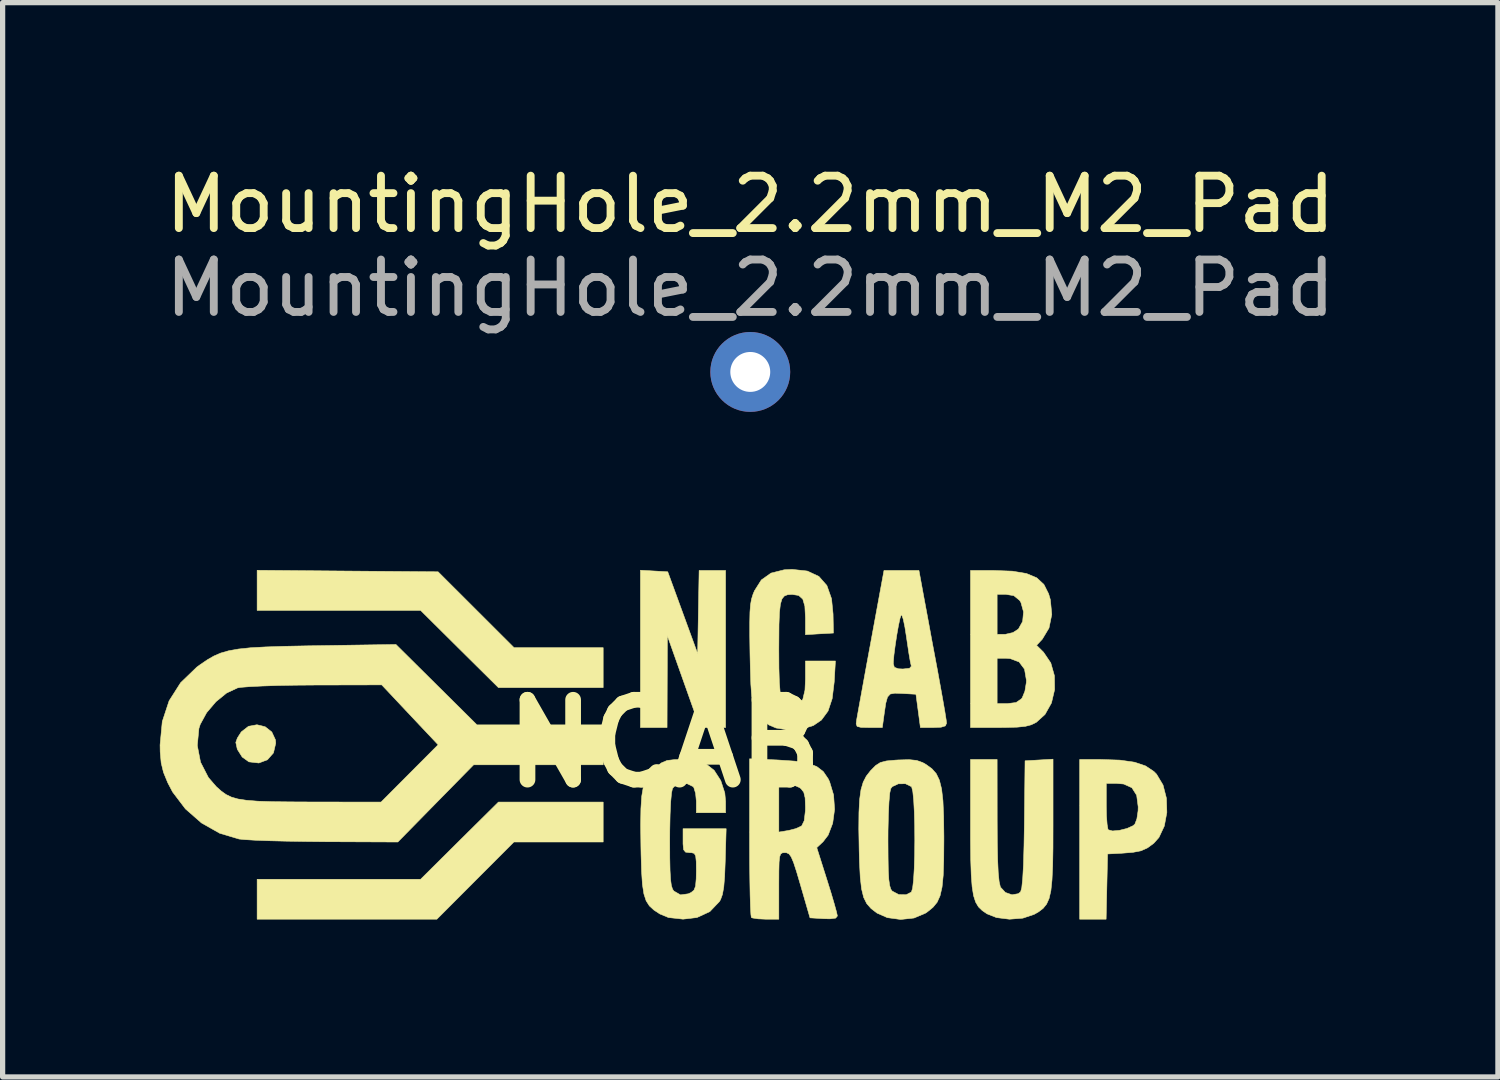
<source format=kicad_pcb>
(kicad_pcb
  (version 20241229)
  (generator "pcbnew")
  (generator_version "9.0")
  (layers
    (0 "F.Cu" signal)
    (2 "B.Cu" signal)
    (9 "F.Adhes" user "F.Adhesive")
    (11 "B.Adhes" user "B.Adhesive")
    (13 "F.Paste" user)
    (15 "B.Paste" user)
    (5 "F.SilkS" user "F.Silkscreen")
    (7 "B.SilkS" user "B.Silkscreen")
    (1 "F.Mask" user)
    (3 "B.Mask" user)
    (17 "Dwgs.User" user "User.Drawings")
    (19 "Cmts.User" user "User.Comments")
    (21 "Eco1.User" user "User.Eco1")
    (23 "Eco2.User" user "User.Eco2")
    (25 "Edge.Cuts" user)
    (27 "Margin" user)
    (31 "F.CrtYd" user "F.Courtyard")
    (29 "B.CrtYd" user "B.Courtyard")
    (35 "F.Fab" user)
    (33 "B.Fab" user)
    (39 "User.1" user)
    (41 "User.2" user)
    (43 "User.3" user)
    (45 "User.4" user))
  (footprint "MountingHole_2.2mm_M2_Pad"
    (layer "F.Cu")
    (at 11.268 4.048)
    (property "Reference" "MountingHole_2.2mm_M2_Pad" (at 0 -3.2 0) (layer "F.SilkS") (effects (font (size 1 1) (thickness 0.15))))
    (attr exclude_from_pos_files)
    (fp_text user "${REFERENCE}" (at 0 -1.6 0) (layer "F.Fab") (effects (font (size 1 1) (thickness 0.15))))
    (pad "1" thru_hole circle (at 0 0) (size 1.524 1.524) (drill 0.762) (layers "*.Cu" "*.Mask")))
  (footprint "NCAB"
    (layer "F.Cu")
    (at 9.629 11.139)
    (property "Reference" "NCAB" (at 0 0 0) (layer "F.SilkS") (effects (font (size 1.524 1.524) (thickness 0.3))))
    (attr through_hole)
    (fp_poly (pts (xy -6.046 -3.291) (xy -4.319 -3.277) (xy -2.869 -1.829) (xy -1.168 -1.829) (xy -1.168 -1.067) (xy -3.167 -1.067) (xy -3.91 -1.803) (xy -4.652 -2.54) (xy -7.772 -2.54) (xy -7.772 -3.306) (xy -6.046 -3.291)) (stroke (width 0.01) (type solid)) (fill yes) (layer "F.SilkS"))
    (fp_poly (pts (xy -1.168 1.88) (xy -2.872 1.88) (xy -3.607 2.616) (xy -4.342 3.353) (xy -7.772 3.353) (xy -7.772 2.591) (xy -4.652 2.591) (xy -3.91 1.854) (xy -3.167 1.118) (xy -1.168 1.118) (xy -1.168 1.88)) (stroke (width 0.01) (type solid)) (fill yes) (layer "F.SilkS"))
    (fp_poly (pts (xy 0.064 -3.277) (xy 0.635 -1.715) (xy 0.649 -2.508) (xy 0.663 -3.302) (xy 1.168 -3.302) (xy 1.168 -0.305) (xy 0.679 -0.305) (xy 0.057 -2.057) (xy 0.051 -0.305) (xy -0.457 -0.305) (xy -0.457 -3.307) (xy 0.064 -3.277)) (stroke (width 0.01) (type solid)) (fill yes) (layer "F.SilkS"))
    (fp_poly (pts (xy -7.618 -0.319) (xy -7.492 -0.22) (xy -7.422 -0.069) (xy -7.417 -0.006) (xy -7.46 0.179) (xy -7.575 0.31) (xy -7.739 0.372) (xy -7.929 0.35) (xy -7.93 0.349) (xy -8.057 0.258) (xy -8.15 0.111) (xy -8.179 -0.021) (xy -8.149 -0.105) (xy -8.078 -0.216) (xy -8.074 -0.222) (xy -7.936 -0.329) (xy -7.775 -0.358) (xy -7.618 -0.319)) (stroke (width 0.01) (type solid)) (fill yes) (layer "F.SilkS"))
    (fp_poly (pts (xy 8.693 0.317) (xy 8.973 0.357) (xy 9.185 0.429) (xy 9.344 0.536) (xy 9.393 0.586) (xy 9.516 0.792) (xy 9.581 1.045) (xy 9.589 1.315) (xy 9.541 1.574) (xy 9.438 1.793) (xy 9.34 1.903) (xy 9.221 1.991) (xy 9.099 2.046) (xy 8.942 2.077) (xy 8.716 2.095) (xy 8.712 2.095) (xy 8.458 2.108) (xy 8.43 3.353) (xy 7.925 3.353) (xy 7.925 0.762) (xy 8.433 0.762) (xy 8.433 1.185) (xy 8.437 1.384) (xy 8.449 1.543) (xy 8.465 1.636) (xy 8.471 1.647) (xy 8.552 1.669) (xy 8.685 1.657) (xy 8.829 1.621) (xy 8.944 1.569) (xy 8.979 1.538) (xy 9.017 1.438) (xy 9.04 1.284) (xy 9.042 1.209) (xy 9.013 0.988) (xy 8.922 0.844) (xy 8.764 0.773) (xy 8.636 0.762) (xy 8.433 0.762) (xy 7.925 0.762) (xy 7.925 0.305) (xy 8.329 0.305) (xy 8.693 0.317)) (stroke (width 0.01) (type solid)) (fill yes) (layer "F.SilkS"))
    (fp_poly (pts (xy 7.417 1.56) (xy 7.416 1.994) (xy 7.41 2.338) (xy 7.397 2.605) (xy 7.376 2.808) (xy 7.342 2.957) (xy 7.293 3.066) (xy 7.227 3.147) (xy 7.142 3.212) (xy 7.058 3.26) (xy 6.841 3.333) (xy 6.586 3.353) (xy 6.338 3.322) (xy 6.156 3.25) (xy 6.066 3.188) (xy 5.994 3.118) (xy 5.94 3.027) (xy 5.9 2.903) (xy 5.873 2.734) (xy 5.856 2.508) (xy 5.846 2.212) (xy 5.842 1.834) (xy 5.842 1.551) (xy 5.842 0.305) (xy 6.35 0.305) (xy 6.351 1.46) (xy 6.353 1.886) (xy 6.36 2.218) (xy 6.371 2.464) (xy 6.388 2.632) (xy 6.41 2.73) (xy 6.415 2.743) (xy 6.508 2.843) (xy 6.634 2.887) (xy 6.754 2.866) (xy 6.798 2.831) (xy 6.82 2.754) (xy 6.838 2.583) (xy 6.853 2.314) (xy 6.863 1.947) (xy 6.87 1.545) (xy 6.883 0.33) (xy 7.417 0.299) (xy 7.417 1.56)) (stroke (width 0.01) (type solid)) (fill yes) (layer "F.SilkS"))
    (fp_poly (pts (xy 6.641 -3.289) (xy 6.91 -3.244) (xy 7.106 -3.162) (xy 7.243 -3.035) (xy 7.333 -2.856) (xy 7.366 -2.744) (xy 7.393 -2.462) (xy 7.34 -2.204) (xy 7.214 -1.994) (xy 7.21 -1.989) (xy 7.103 -1.874) (xy 7.235 -1.743) (xy 7.374 -1.538) (xy 7.444 -1.292) (xy 7.447 -1.028) (xy 7.387 -0.774) (xy 7.264 -0.555) (xy 7.097 -0.404) (xy 7.003 -0.358) (xy 6.89 -0.328) (xy 6.733 -0.312) (xy 6.507 -0.306) (xy 6.388 -0.305) (xy 5.842 -0.305) (xy 5.842 -1.626) (xy 6.35 -1.626) (xy 6.35 -0.762) (xy 6.55 -0.762) (xy 6.711 -0.782) (xy 6.812 -0.851) (xy 6.83 -0.875) (xy 6.88 -0.998) (xy 6.907 -1.162) (xy 6.909 -1.205) (xy 6.873 -1.418) (xy 6.769 -1.557) (xy 6.597 -1.621) (xy 6.528 -1.626) (xy 6.35 -1.626) (xy 5.842 -1.626) (xy 5.842 -2.845) (xy 6.35 -2.845) (xy 6.35 -2.083) (xy 6.502 -2.083) (xy 6.652 -2.117) (xy 6.756 -2.184) (xy 6.837 -2.33) (xy 6.854 -2.512) (xy 6.805 -2.689) (xy 6.779 -2.732) (xy 6.668 -2.822) (xy 6.525 -2.845) (xy 6.35 -2.845) (xy 5.842 -2.845) (xy 5.842 -3.302) (xy 6.287 -3.302) (xy 6.641 -3.289)) (stroke (width 0.01) (type solid)) (fill yes) (layer "F.SilkS"))
    (fp_poly (pts (xy 4.949 -2.807) (xy 4.99 -2.587) (xy 5.044 -2.297) (xy 5.105 -1.964) (xy 5.17 -1.619) (xy 5.213 -1.39) (xy 5.267 -1.092) (xy 5.315 -0.825) (xy 5.353 -0.607) (xy 5.377 -0.455) (xy 5.385 -0.387) (xy 5.362 -0.336) (xy 5.28 -0.311) (xy 5.135 -0.305) (xy 4.886 -0.305) (xy 4.801 -0.94) (xy 4.538 -0.955) (xy 4.398 -0.96) (xy 4.31 -0.944) (xy 4.258 -0.887) (xy 4.225 -0.77) (xy 4.196 -0.574) (xy 4.192 -0.546) (xy 4.159 -0.305) (xy 3.903 -0.305) (xy 3.752 -0.308) (xy 3.679 -0.326) (xy 3.66 -0.374) (xy 3.668 -0.445) (xy 3.683 -0.53) (xy 3.714 -0.702) (xy 3.758 -0.944) (xy 3.812 -1.242) (xy 3.863 -1.522) (xy 4.369 -1.522) (xy 4.389 -1.454) (xy 4.467 -1.426) (xy 4.552 -1.422) (xy 4.678 -1.435) (xy 4.714 -1.476) (xy 4.71 -1.487) (xy 4.693 -1.563) (xy 4.667 -1.714) (xy 4.637 -1.914) (xy 4.621 -2.023) (xy 4.59 -2.221) (xy 4.559 -2.37) (xy 4.532 -2.448) (xy 4.52 -2.454) (xy 4.497 -2.389) (xy 4.467 -2.251) (xy 4.435 -2.07) (xy 4.405 -1.873) (xy 4.381 -1.691) (xy 4.369 -1.55) (xy 4.369 -1.522) (xy 3.863 -1.522) (xy 3.874 -1.581) (xy 3.941 -1.943) (xy 4.191 -3.302) (xy 4.525 -3.302) (xy 4.858 -3.302) (xy 4.949 -2.807)) (stroke (width 0.01) (type solid)) (fill yes) (layer "F.SilkS"))
    (fp_poly (pts (xy 2.729 -3.291) (xy 2.948 -3.189) (xy 3.101 -3.015) (xy 3.19 -2.763) (xy 3.219 -2.471) (xy 3.226 -2.108) (xy 2.959 -2.093) (xy 2.692 -2.077) (xy 2.692 -2.4) (xy 2.681 -2.62) (xy 2.641 -2.756) (xy 2.562 -2.826) (xy 2.438 -2.845) (xy 2.353 -2.84) (xy 2.289 -2.815) (xy 2.244 -2.759) (xy 2.214 -2.659) (xy 2.196 -2.5) (xy 2.187 -2.272) (xy 2.185 -1.96) (xy 2.184 -1.797) (xy 2.186 -1.437) (xy 2.194 -1.166) (xy 2.21 -0.971) (xy 2.238 -0.841) (xy 2.28 -0.763) (xy 2.339 -0.724) (xy 2.419 -0.711) (xy 2.438 -0.711) (xy 2.561 -0.742) (xy 2.641 -0.841) (xy 2.683 -1.018) (xy 2.692 -1.223) (xy 2.692 -1.575) (xy 3.264 -1.575) (xy 3.241 -1.175) (xy 3.202 -0.856) (xy 3.123 -0.619) (xy 2.997 -0.448) (xy 2.843 -0.343) (xy 2.62 -0.273) (xy 2.368 -0.257) (xy 2.13 -0.296) (xy 1.997 -0.353) (xy 1.885 -0.427) (xy 1.801 -0.503) (xy 1.739 -0.596) (xy 1.696 -0.722) (xy 1.667 -0.895) (xy 1.65 -1.13) (xy 1.64 -1.441) (xy 1.634 -1.709) (xy 1.629 -2.054) (xy 1.629 -2.314) (xy 1.633 -2.507) (xy 1.644 -2.649) (xy 1.663 -2.756) (xy 1.691 -2.846) (xy 1.719 -2.914) (xy 1.85 -3.121) (xy 2.035 -3.252) (xy 2.285 -3.315) (xy 2.438 -3.323) (xy 2.729 -3.291)) (stroke (width 0.01) (type solid)) (fill yes) (layer "F.SilkS"))
    (fp_poly (pts (xy 2.172 0.315) (xy 2.495 0.337) (xy 2.735 0.376) (xy 2.908 0.44) (xy 3.033 0.536) (xy 3.125 0.671) (xy 3.152 0.727) (xy 3.229 0.982) (xy 3.248 1.257) (xy 3.212 1.522) (xy 3.125 1.749) (xy 3.029 1.874) (xy 2.908 1.987) (xy 3.104 2.606) (xy 3.179 2.846) (xy 3.24 3.053) (xy 3.283 3.208) (xy 3.301 3.288) (xy 3.301 3.292) (xy 3.269 3.332) (xy 3.16 3.346) (xy 3.04 3.343) (xy 2.779 3.327) (xy 2.599 2.705) (xy 2.523 2.447) (xy 2.466 2.272) (xy 2.42 2.164) (xy 2.378 2.107) (xy 2.332 2.085) (xy 2.302 2.083) (xy 2.253 2.086) (xy 2.22 2.107) (xy 2.2 2.161) (xy 2.189 2.266) (xy 2.185 2.439) (xy 2.184 2.695) (xy 2.184 3.353) (xy 1.939 3.353) (xy 1.788 3.346) (xy 1.684 3.33) (xy 1.659 3.319) (xy 1.651 3.261) (xy 1.643 3.115) (xy 1.636 2.893) (xy 1.631 2.608) (xy 1.627 2.274) (xy 1.626 1.902) (xy 1.626 1.788) (xy 1.626 0.762) (xy 2.184 0.762) (xy 2.184 1.69) (xy 2.367 1.66) (xy 2.509 1.624) (xy 2.614 1.576) (xy 2.621 1.571) (xy 2.669 1.472) (xy 2.691 1.283) (xy 2.692 1.216) (xy 2.686 1.038) (xy 2.66 0.93) (xy 2.606 0.861) (xy 2.579 0.841) (xy 2.44 0.78) (xy 2.325 0.762) (xy 2.184 0.762) (xy 1.626 0.762) (xy 1.626 0.292) (xy 2.172 0.315)) (stroke (width 0.01) (type solid)) (fill yes) (layer "F.SilkS"))
    (fp_poly (pts (xy -3.577 -0.356) (xy -1.168 -0.356) (xy -1.168 0.406) (xy -3.64 0.406) (xy -4.364 1.143) (xy -5.087 1.88) (xy -6.468 1.874) (xy -6.848 1.87) (xy -7.209 1.864) (xy -7.533 1.856) (xy -7.805 1.846) (xy -8.007 1.834) (xy -8.117 1.823) (xy -8.486 1.713) (xy -8.834 1.516) (xy -9.14 1.248) (xy -9.385 0.925) (xy -9.478 0.748) (xy -9.559 0.55) (xy -9.603 0.37) (xy -9.622 0.16) (xy -9.624 0.038) (xy -8.914 0.038) (xy -8.852 0.357) (xy -8.702 0.649) (xy -8.552 0.823) (xy -8.459 0.906) (xy -8.368 0.972) (xy -8.265 1.022) (xy -8.138 1.059) (xy -7.972 1.084) (xy -7.757 1.101) (xy -7.477 1.11) (xy -7.12 1.114) (xy -6.73 1.116) (xy -5.408 1.118) (xy -4.863 0.571) (xy -4.318 0.024) (xy -4.856 -0.547) (xy -5.394 -1.119) (xy -6.672 -1.116) (xy -7.037 -1.113) (xy -7.377 -1.107) (xy -7.676 -1.097) (xy -7.916 -1.085) (xy -8.083 -1.072) (xy -8.147 -1.061) (xy -8.354 -0.964) (xy -8.559 -0.797) (xy -8.736 -0.588) (xy -8.858 -0.365) (xy -8.883 -0.287) (xy -8.914 0.038) (xy -9.624 0.038) (xy -9.624 0.025) (xy -9.582 -0.419) (xy -9.452 -0.814) (xy -9.232 -1.16) (xy -8.923 -1.458) (xy -8.853 -1.509) (xy -8.722 -1.598) (xy -8.597 -1.67) (xy -8.465 -1.727) (xy -8.313 -1.77) (xy -8.129 -1.803) (xy -7.9 -1.827) (xy -7.612 -1.843) (xy -7.253 -1.855) (xy -6.811 -1.864) (xy -6.613 -1.867) (xy -5.123 -1.89) (xy -3.577 -0.356)) (stroke (width 0.01) (type solid)) (fill yes) (layer "F.SilkS"))
    (fp_poly (pts (xy 4.815 0.323) (xy 4.93 0.364) (xy 4.996 0.402) (xy 5.105 0.481) (xy 5.188 0.575) (xy 5.248 0.699) (xy 5.29 0.867) (xy 5.316 1.092) (xy 5.329 1.388) (xy 5.334 1.77) (xy 5.334 1.843) (xy 5.331 2.223) (xy 5.321 2.517) (xy 5.299 2.74) (xy 5.261 2.906) (xy 5.205 3.03) (xy 5.125 3.127) (xy 5.019 3.213) (xy 4.984 3.237) (xy 4.765 3.33) (xy 4.509 3.358) (xy 4.254 3.323) (xy 4.059 3.237) (xy 3.946 3.151) (xy 3.862 3.056) (xy 3.803 2.937) (xy 3.763 2.775) (xy 3.738 2.554) (xy 3.723 2.259) (xy 3.717 2.036) (xy 3.714 1.847) (xy 4.267 1.847) (xy 4.269 2.179) (xy 4.273 2.423) (xy 4.283 2.595) (xy 4.299 2.709) (xy 4.321 2.78) (xy 4.347 2.816) (xy 4.472 2.883) (xy 4.614 2.886) (xy 4.714 2.835) (xy 4.737 2.762) (xy 4.755 2.608) (xy 4.768 2.392) (xy 4.776 2.134) (xy 4.779 1.855) (xy 4.777 1.574) (xy 4.77 1.311) (xy 4.758 1.086) (xy 4.741 0.918) (xy 4.719 0.829) (xy 4.714 0.823) (xy 4.602 0.768) (xy 4.464 0.769) (xy 4.35 0.822) (xy 4.32 0.86) (xy 4.301 0.946) (xy 4.286 1.117) (xy 4.275 1.358) (xy 4.268 1.652) (xy 4.267 1.847) (xy 3.714 1.847) (xy 3.71 1.631) (xy 3.713 1.314) (xy 3.726 1.068) (xy 3.752 0.881) (xy 3.794 0.738) (xy 3.853 0.623) (xy 3.931 0.523) (xy 3.936 0.517) (xy 4.032 0.42) (xy 4.121 0.363) (xy 4.236 0.333) (xy 4.41 0.317) (xy 4.462 0.314) (xy 4.671 0.308) (xy 4.815 0.323)) (stroke (width 0.01) (type solid)) (fill yes) (layer "F.SilkS"))
    (fp_poly (pts (xy 0.527 0.32) (xy 0.718 0.359) (xy 0.79 0.386) (xy 0.95 0.512) (xy 1.076 0.708) (xy 1.153 0.944) (xy 1.168 1.108) (xy 1.168 1.321) (xy 0.61 1.321) (xy 0.61 1.102) (xy 0.596 0.953) (xy 0.563 0.843) (xy 0.549 0.823) (xy 0.436 0.768) (xy 0.299 0.769) (xy 0.185 0.822) (xy 0.154 0.86) (xy 0.136 0.946) (xy 0.12 1.117) (xy 0.109 1.358) (xy 0.103 1.652) (xy 0.102 1.847) (xy 0.103 2.179) (xy 0.108 2.423) (xy 0.118 2.595) (xy 0.133 2.709) (xy 0.156 2.78) (xy 0.181 2.816) (xy 0.308 2.889) (xy 0.457 2.868) (xy 0.511 2.843) (xy 0.565 2.799) (xy 0.595 2.721) (xy 0.607 2.584) (xy 0.61 2.437) (xy 0.608 2.251) (xy 0.597 2.146) (xy 0.569 2.097) (xy 0.516 2.083) (xy 0.483 2.083) (xy 0.404 2.073) (xy 0.367 2.027) (xy 0.356 1.916) (xy 0.356 1.854) (xy 0.356 1.626) (xy 1.179 1.626) (xy 1.161 2.25) (xy 1.15 2.536) (xy 1.133 2.739) (xy 1.108 2.88) (xy 1.072 2.979) (xy 1.051 3.015) (xy 0.867 3.208) (xy 0.622 3.321) (xy 0.356 3.352) (xy 0.078 3.321) (xy -0.086 3.253) (xy -0.2 3.178) (xy -0.286 3.099) (xy -0.348 3.002) (xy -0.391 2.87) (xy -0.419 2.689) (xy -0.435 2.444) (xy -0.445 2.118) (xy -0.448 1.953) (xy -0.453 1.555) (xy -0.448 1.244) (xy -0.432 1.005) (xy -0.401 0.823) (xy -0.353 0.685) (xy -0.286 0.576) (xy -0.195 0.48) (xy -0.175 0.462) (xy -0.059 0.371) (xy 0.051 0.324) (xy 0.197 0.307) (xy 0.312 0.305) (xy 0.527 0.32)) (stroke (width 0.01) (type solid)) (fill yes) (layer "F.SilkS")))
  (gr_rect
    (start -3 -3)
    (end 25.536 17.502)
    (stroke (width 0.1) (type default))
    (fill no)
    (layer "Edge.Cuts")))
</source>
